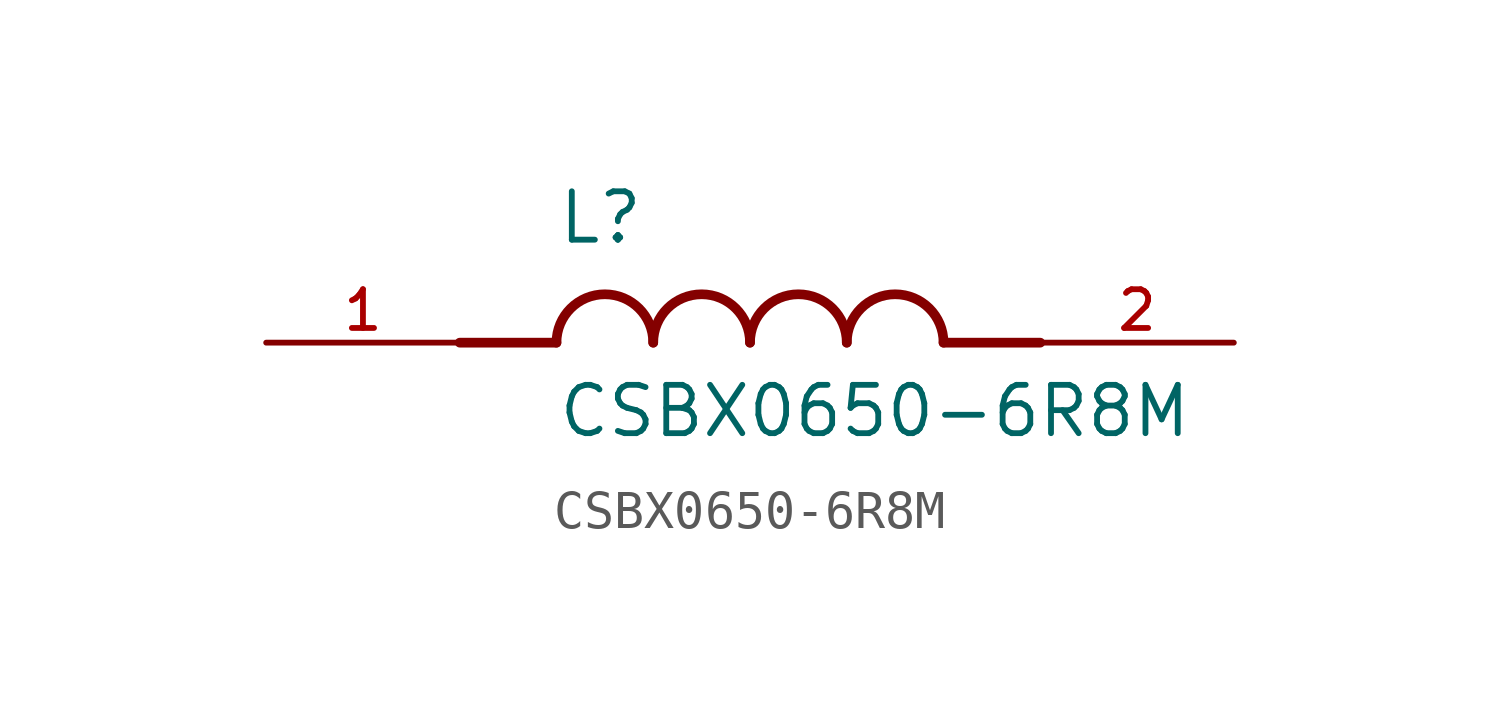
<source format=kicad_sym>
(kicad_symbol_lib
  (version 20211014)
  (generator kicad_symbol_editor)
  (symbol "CSBX0650-6R8M"
    (pin_names
      (offset 1.016))
    (property "Reference" "L"
      (at -5.08 2.54 0)
      (effects (font (size 1.27 1.27)) (justify bottom left)))
    (property "Value" "CSBX0650-6R8M"
      (at -5.08 -2.54 0)
      (effects (font (size 1.27 1.27)) (justify bottom left)))
    (symbol "CSBX0650-6R8M_0_0"
      (polyline (pts (xy -5.08 0.0) (xy -7.62 0.0)) (stroke (width 0.254)))
      (polyline (pts (xy 5.08 0.0) (xy 7.62 0.0)) (stroke (width 0.254)))
      (arc (start -2.54 0.0) (mid -3.81 1.27) (end -5.08 0.0) (stroke (width 0.254) (type default) (color 0 0 0 0)) (fill (type none)))
      (arc (start 0.0 0.0) (mid -1.27 1.27) (end -2.54 0.0) (stroke (width 0.254) (type default) (color 0 0 0 0)) (fill (type none)))
      (arc (start 2.54 0.0) (mid 1.27 1.27) (end 0.0 0.0) (stroke (width 0.254) (type default) (color 0 0 0 0)) (fill (type none)))
      (arc (start 5.08 0.0) (mid 3.81 1.27) (end 2.54 0.0) (stroke (width 0.254) (type default) (color 0 0 0 0)) (fill (type none)))
      (pin passive line (at -12.7 0.0 0) (length 5.08) (name "~" (effects (font (size 1.016 1.016)))) (number "1" (effects (font (size 1.016 1.016)))))
      (pin passive line (at 12.7 0.0 180.0) (length 5.08) (name "~" (effects (font (size 1.016 1.016)))) (number "2" (effects (font (size 1.016 1.016))))))))
</source>
